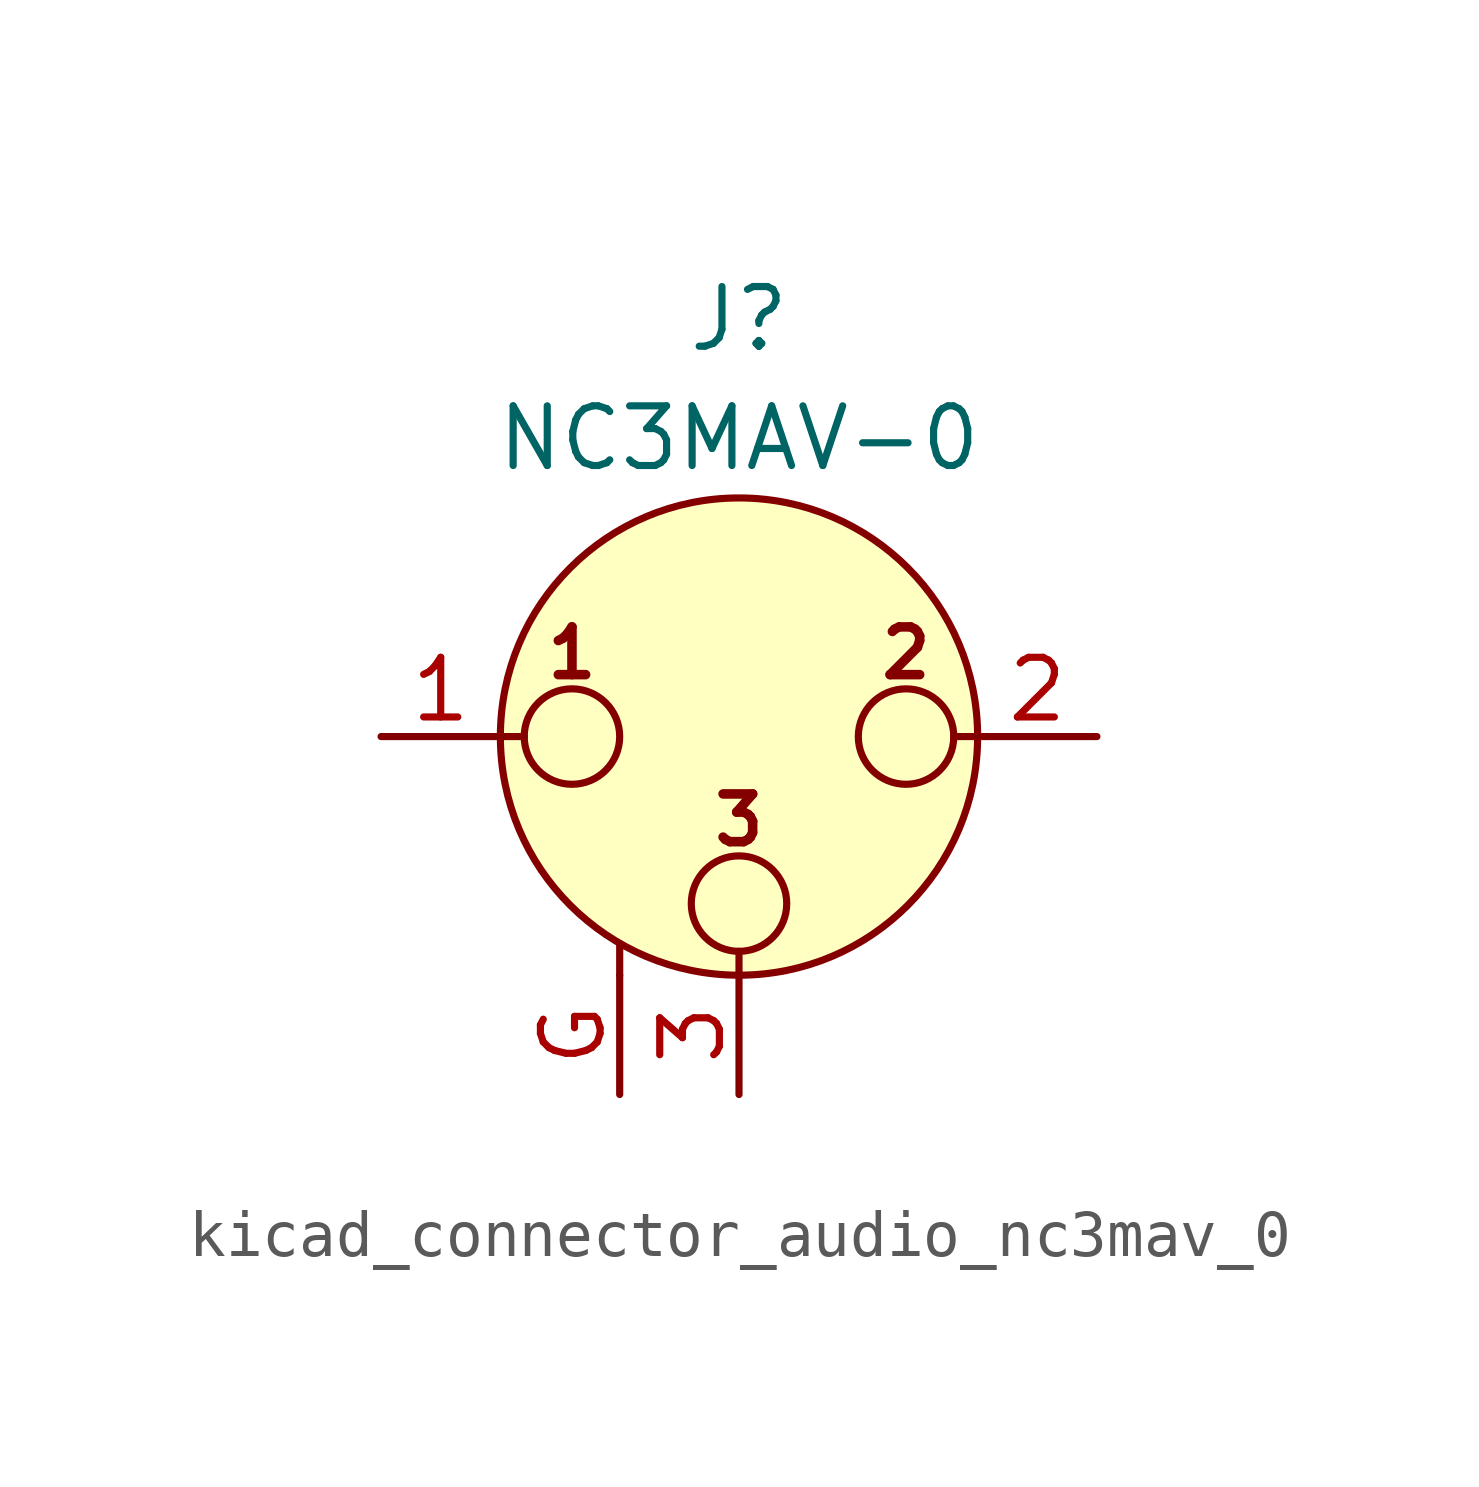
<source format=kicad_sym>
(kicad_symbol_lib
  (version 20220914)
  (generator kicad_symbol_editor)
  (symbol "kicad_connector_audio_nc3mav_0"
    (pin_names hide)
    (property "Reference" "J"
      (at 0 8.89 0)
      (effects (font (size 1.27 1.27))))
    (property "Value" "NC3MAV-0"
      (at 0 6.35 0)
      (effects (font (size 1.27 1.27))))
    (symbol "kicad_connector_audio_nc3mav_0_0_1"
      (circle (center -3.556 0) (radius 1.016) (stroke (width 0) (type default)) (fill (type none)))
      (circle (center 0 -3.556) (radius 1.016) (stroke (width 0) (type default)) (fill (type none)))
      (polyline (pts (xy -5.08 0) (xy -4.572 0)) (stroke (width 0) (type default)) (fill (type none)))
      (polyline (pts (xy -2.54 -5.08) (xy -2.54 -4.445)) (stroke (width 0) (type default)) (fill (type none)))
      (polyline (pts (xy 0 -5.08) (xy 0 -4.572)) (stroke (width 0) (type default)) (fill (type none)))
      (polyline (pts (xy 5.08 0) (xy 4.572 0)) (stroke (width 0) (type default)) (fill (type none)))
      (circle (center 0 0) (radius 5.08) (stroke (width 0) (type default)) (fill (type background)))
      (circle (center 3.556 0) (radius 1.016) (stroke (width 0) (type default)) (fill (type none)))
      (text "1" (at -3.556 1.778 0) (effects (font (size 1.016 1.016) bold)))
      (text "2" (at 3.556 1.778 0) (effects (font (size 1.016 1.016) bold)))
      (text "3" (at 0 -1.778 0) (effects (font (size 1.016 1.016) bold)))
      (pin passive line (at -7.62 0 0) (length 2.54) (name "~" (effects (font (size 1.27 1.27)))) (number "1" (effects (font (size 1.27 1.27)))))
      (pin passive line (at 7.62 0 180) (length 2.54) (name "~" (effects (font (size 1.27 1.27)))) (number "2" (effects (font (size 1.27 1.27)))))
      (pin passive line (at 0 -7.62 90) (length 2.54) (name "~" (effects (font (size 1.27 1.27)))) (number "3" (effects (font (size 1.27 1.27))))))
    (symbol "kicad_connector_audio_nc3mav_0_1_1"
      (pin passive line (at -2.54 -7.62 90) (length 2.54) (name "~" (effects (font (size 1.27 1.27)))) (number "G" (effects (font (size 1.27 1.27))))))))
</source>
